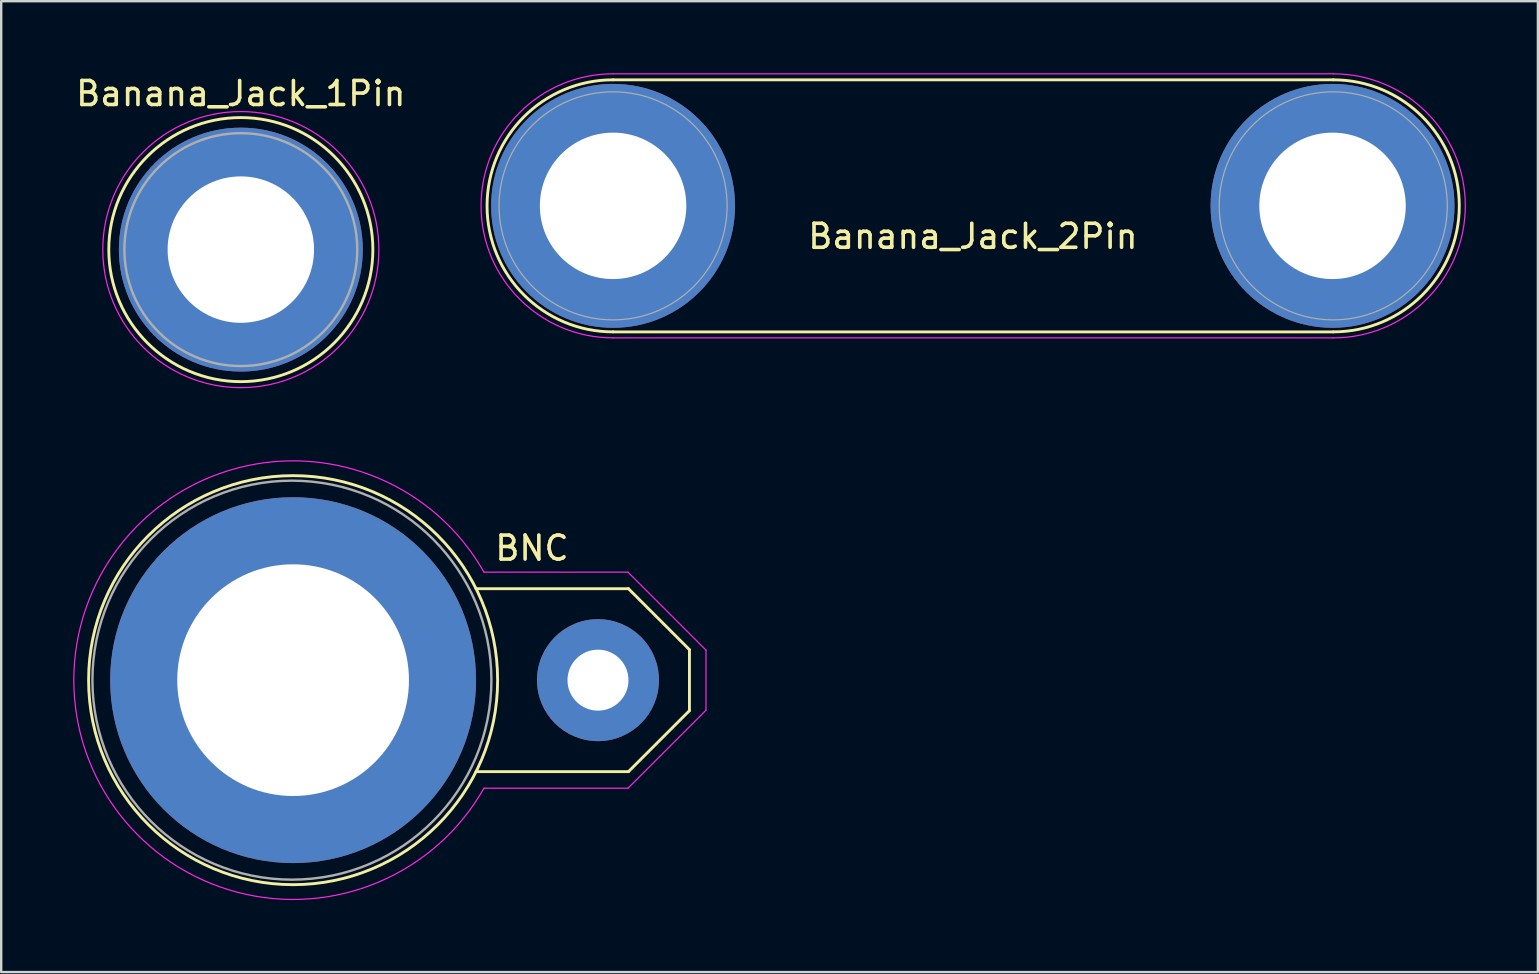
<source format=kicad_pcb>
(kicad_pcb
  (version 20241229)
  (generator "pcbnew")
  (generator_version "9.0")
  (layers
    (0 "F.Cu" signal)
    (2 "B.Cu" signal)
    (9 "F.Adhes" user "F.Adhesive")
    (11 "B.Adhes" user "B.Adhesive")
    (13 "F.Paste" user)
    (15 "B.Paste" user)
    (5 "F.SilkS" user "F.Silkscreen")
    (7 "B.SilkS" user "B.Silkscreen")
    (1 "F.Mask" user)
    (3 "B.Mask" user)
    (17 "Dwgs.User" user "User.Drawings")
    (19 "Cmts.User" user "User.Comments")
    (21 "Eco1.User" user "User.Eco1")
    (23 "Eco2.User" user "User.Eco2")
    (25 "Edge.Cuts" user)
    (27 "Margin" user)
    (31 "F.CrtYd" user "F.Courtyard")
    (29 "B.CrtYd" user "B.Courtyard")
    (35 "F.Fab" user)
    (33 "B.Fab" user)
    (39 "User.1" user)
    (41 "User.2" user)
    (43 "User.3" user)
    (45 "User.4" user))
  (footprint "Banana_Jack_2Pin"
    (layer "F.Cu")
    (at 22.489 5.525)
    (property "Reference" "Banana_Jack_2Pin" (at 14.99 1.27 0) (layer "F.SilkS") (effects (font (size 1 1) (thickness 0.15))))
    (attr through_hole)
    (fp_line (start 0 5.25) (end 30 5.25) (stroke (width 0.12) (type solid)) (layer "F.SilkS"))
    (fp_line (start 30 -5.25) (end 0 -5.25) (stroke (width 0.12) (type solid)) (layer "F.SilkS"))
    (fp_arc (start 0 5.25) (mid -5.25 0) (end 0 -5.25) (stroke (width 0.12) (type solid)) (layer "F.SilkS"))
    (fp_arc (start 30 -5.25) (mid 35.25 0) (end 30 5.25) (stroke (width 0.12) (type solid)) (layer "F.SilkS"))
    (fp_line (start 0 5.5) (end 30 5.5) (stroke (width 0.05) (type solid)) (layer "F.CrtYd"))
    (fp_line (start 30 -5.5) (end 0 -5.5) (stroke (width 0.05) (type solid)) (layer "F.CrtYd"))
    (fp_arc (start 0 5.5) (mid -5.5 0) (end 0 -5.5) (stroke (width 0.05) (type solid)) (layer "F.CrtYd"))
    (fp_arc (start 30 -5.5) (mid 35.5 0) (end 30 5.5) (stroke (width 0.05) (type solid)) (layer "F.CrtYd"))
    (fp_circle (center 0 0) (end 2 0) (stroke (width 0.05) (type solid)) (fill no) (layer "F.Fab"))
    (fp_circle (center 0 0) (end 4.75 0) (stroke (width 0.05) (type solid)) (fill no) (layer "F.Fab"))
    (fp_circle (center 30 0) (end 32 0) (stroke (width 0.05) (type solid)) (fill no) (layer "F.Fab"))
    (fp_circle (center 30 0) (end 34.75 0) (stroke (width 0.05) (type solid)) (fill no) (layer "F.Fab"))
    (pad "1" thru_hole circle (at 0 0) (size 10.16 10.16) (drill 6.1) (layers "*.Cu" "*.Mask"))
    (pad "2" thru_hole circle (at 29.97 0) (size 10.16 10.16) (drill 6.1) (layers "*.Cu" "*.Mask")))
  (footprint "Banana_Jack_1Pin"
    (layer "F.Cu")
    (at 6.982 7.348)
    (property "Reference" "Banana_Jack_1Pin" (at 0 -6.5 0) (layer "F.SilkS") (effects (font (size 1 1) (thickness 0.15))))
    (attr through_hole)
    (fp_circle (center 0 0) (end 5.5 0) (stroke (width 0.12) (type solid)) (fill no) (layer "F.SilkS"))
    (fp_circle (center 0 0) (end 5.75 0) (stroke (width 0.05) (type solid)) (fill no) (layer "F.CrtYd"))
    (fp_circle (center 0 0) (end 2 0) (stroke (width 0.1) (type solid)) (fill no) (layer "F.Fab"))
    (fp_circle (center 0 0) (end 4.85 0.05) (stroke (width 0.1) (type solid)) (fill no) (layer "F.Fab"))
    (pad "1" thru_hole circle (at 0 0) (size 10.16 10.16) (drill 6.1) (layers "*.Cu" "*.Mask")))
  (footprint "BNC"
    (layer "F.Cu")
    (at 21.86 25.283)
    (property "Reference" "BNC" (at -2.75 -5.5 0) (layer "F.SilkS") (effects (font (size 1 1) (thickness 0.15))))
    (attr through_hole)
    (fp_line (start -5.08 3.81) (end 1.27 3.81) (stroke (width 0.12) (type solid)) (layer "F.SilkS"))
    (fp_line (start 1.27 -3.81) (end -5.08 -3.81) (stroke (width 0.12) (type solid)) (layer "F.SilkS"))
    (fp_line (start 1.27 3.81) (end 3.81 1.27) (stroke (width 0.12) (type solid)) (layer "F.SilkS"))
    (fp_line (start 3.81 -1.27) (end 1.27 -3.81) (stroke (width 0.12) (type solid)) (layer "F.SilkS"))
    (fp_line (start 3.81 1.27) (end 3.81 -1.27) (stroke (width 0.12) (type solid)) (layer "F.SilkS"))
    (fp_circle (center -12.7 0) (end -5.08 3.81) (stroke (width 0.12) (type solid)) (fill no) (layer "F.SilkS"))
    (fp_line (start -4.75 -4.5) (end 1.25 -4.5) (stroke (width 0.05) (type solid)) (layer "F.CrtYd"))
    (fp_line (start 1.25 -4.5) (end 4.5 -1.25) (stroke (width 0.05) (type solid)) (layer "F.CrtYd"))
    (fp_line (start 1.25 4.5) (end -4.75 4.5) (stroke (width 0.05) (type solid)) (layer "F.CrtYd"))
    (fp_line (start 4.5 -1.25) (end 4.5 1.25) (stroke (width 0.05) (type solid)) (layer "F.CrtYd"))
    (fp_line (start 4.5 1.25) (end 1.25 4.5) (stroke (width 0.05) (type solid)) (layer "F.CrtYd"))
    (fp_arc (start -4.75 4.5) (mid -21.835234 -0.001833) (end -4.748194 -4.496809) (stroke (width 0.05) (type solid)) (layer "F.CrtYd"))
    (fp_circle (center -12.75 0) (end -6.75 5.75) (stroke (width 0.1) (type solid)) (fill no) (layer "F.Fab"))
    (pad "1" thru_hole circle (at 0 0) (size 5.08 5.08) (drill 2.54) (layers "*.Cu" "*.Mask"))
    (pad "2" thru_hole circle (at -12.7 0) (size 15.24 15.24) (drill 9.652) (layers "*.Cu" "*.Mask")))
  (gr_rect
    (start -3 -3)
    (end 61.014 37.444)
    (stroke (width 0.1) (type default))
    (fill no)
    (layer "Edge.Cuts")))
</source>
